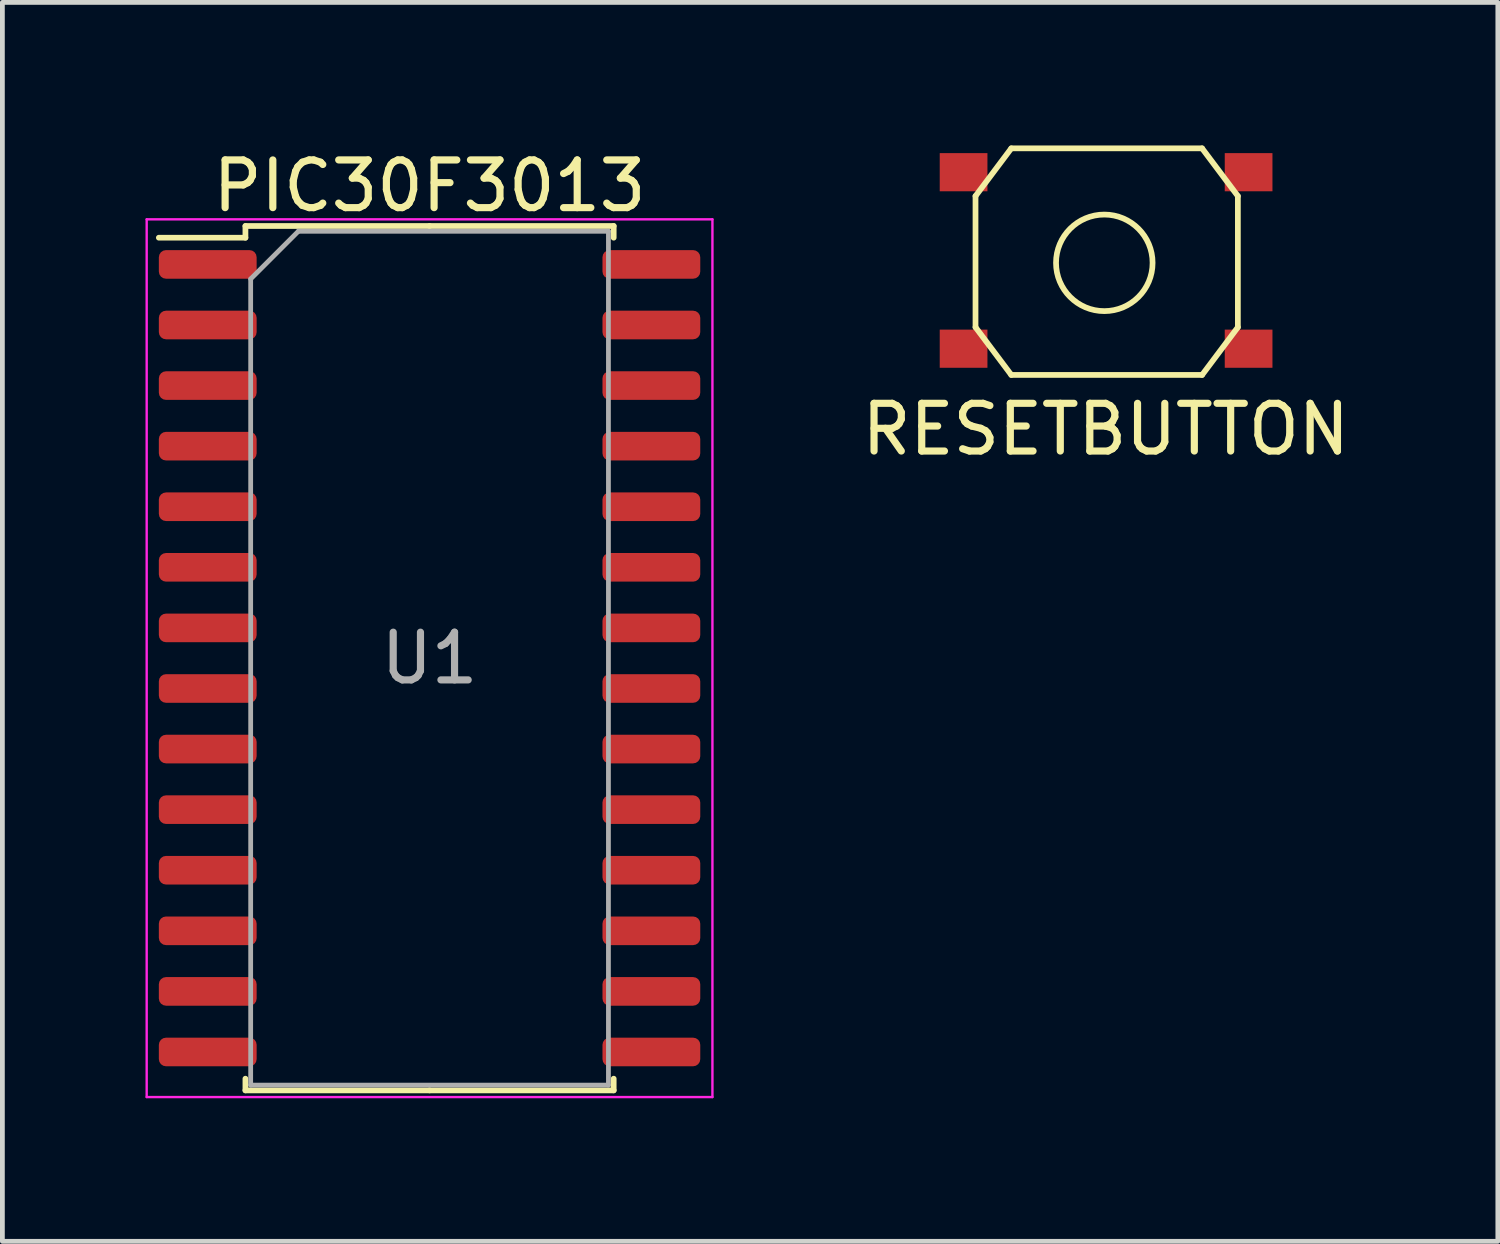
<source format=kicad_pcb>
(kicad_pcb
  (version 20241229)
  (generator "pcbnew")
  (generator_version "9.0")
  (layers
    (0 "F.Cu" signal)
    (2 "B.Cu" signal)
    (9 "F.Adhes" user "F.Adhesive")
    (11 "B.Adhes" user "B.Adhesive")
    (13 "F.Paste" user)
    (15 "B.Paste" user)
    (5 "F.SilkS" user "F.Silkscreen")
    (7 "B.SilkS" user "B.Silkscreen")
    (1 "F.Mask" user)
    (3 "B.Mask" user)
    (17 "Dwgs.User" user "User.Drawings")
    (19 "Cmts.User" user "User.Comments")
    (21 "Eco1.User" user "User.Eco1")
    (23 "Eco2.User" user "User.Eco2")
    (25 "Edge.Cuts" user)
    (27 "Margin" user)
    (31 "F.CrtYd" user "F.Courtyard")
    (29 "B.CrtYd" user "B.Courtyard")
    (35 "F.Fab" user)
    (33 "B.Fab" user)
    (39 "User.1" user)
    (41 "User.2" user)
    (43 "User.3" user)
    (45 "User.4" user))
  (footprint "PIC30F3013"
    (layer "F.Cu")
    (at 5.955 10.748)
    (property "Reference" "PIC30F3013" (at 0 -9.9 0) (layer "F.SilkS") (effects (font (size 1 1) (thickness 0.15))))
    (attr smd)
    (fp_line (start -3.86 -9.06) (end -3.86 -8.815) (stroke (width 0.12) (type solid)) (layer "F.SilkS"))
    (fp_line (start -3.86 -8.815) (end -5.675 -8.815) (stroke (width 0.12) (type solid)) (layer "F.SilkS"))
    (fp_line (start -3.86 9.06) (end -3.86 8.815) (stroke (width 0.12) (type solid)) (layer "F.SilkS"))
    (fp_line (start 0 -9.06) (end -3.86 -9.06) (stroke (width 0.12) (type solid)) (layer "F.SilkS"))
    (fp_line (start 0 -9.06) (end 3.86 -9.06) (stroke (width 0.12) (type solid)) (layer "F.SilkS"))
    (fp_line (start 0 9.06) (end -3.86 9.06) (stroke (width 0.12) (type solid)) (layer "F.SilkS"))
    (fp_line (start 0 9.06) (end 3.86 9.06) (stroke (width 0.12) (type solid)) (layer "F.SilkS"))
    (fp_line (start 3.86 -9.06) (end 3.86 -8.815) (stroke (width 0.12) (type solid)) (layer "F.SilkS"))
    (fp_line (start 3.86 9.06) (end 3.86 8.815) (stroke (width 0.12) (type solid)) (layer "F.SilkS"))
    (fp_line (start -5.93 -9.2) (end -5.93 9.2) (stroke (width 0.05) (type solid)) (layer "F.CrtYd"))
    (fp_line (start -5.93 9.2) (end 5.93 9.2) (stroke (width 0.05) (type solid)) (layer "F.CrtYd"))
    (fp_line (start 5.93 -9.2) (end -5.93 -9.2) (stroke (width 0.05) (type solid)) (layer "F.CrtYd"))
    (fp_line (start 5.93 9.2) (end 5.93 -9.2) (stroke (width 0.05) (type solid)) (layer "F.CrtYd"))
    (fp_line (start -3.75 -7.95) (end -2.75 -8.95) (stroke (width 0.1) (type solid)) (layer "F.Fab"))
    (fp_line (start -3.75 8.95) (end -3.75 -7.95) (stroke (width 0.1) (type solid)) (layer "F.Fab"))
    (fp_line (start -2.75 -8.95) (end 3.75 -8.95) (stroke (width 0.1) (type solid)) (layer "F.Fab"))
    (fp_line (start 3.75 -8.95) (end 3.75 8.95) (stroke (width 0.1) (type solid)) (layer "F.Fab"))
    (fp_line (start 3.75 8.95) (end -3.75 8.95) (stroke (width 0.1) (type solid)) (layer "F.Fab"))
    (fp_text user "U1" (at 0 0 0) (layer "F.Fab") (effects (font (size 1 1) (thickness 0.15))))
    (pad "1" smd roundrect (at -4.65 -8.255) (size 2.05 0.6) (layers "F.Cu" "F.Mask" "F.Paste") (roundrect_rratio 0.25))
    (pad "2" smd roundrect (at -4.65 -6.985) (size 2.05 0.6) (layers "F.Cu" "F.Mask" "F.Paste") (roundrect_rratio 0.25))
    (pad "3" smd roundrect (at -4.65 -5.715) (size 2.05 0.6) (layers "F.Cu" "F.Mask" "F.Paste") (roundrect_rratio 0.25))
    (pad "4" smd roundrect (at -4.65 -4.445) (size 2.05 0.6) (layers "F.Cu" "F.Mask" "F.Paste") (roundrect_rratio 0.25))
    (pad "5" smd roundrect (at -4.65 -3.175) (size 2.05 0.6) (layers "F.Cu" "F.Mask" "F.Paste") (roundrect_rratio 0.25))
    (pad "6" smd roundrect (at -4.65 -1.905) (size 2.05 0.6) (layers "F.Cu" "F.Mask" "F.Paste") (roundrect_rratio 0.25))
    (pad "7" smd roundrect (at -4.65 -0.635) (size 2.05 0.6) (layers "F.Cu" "F.Mask" "F.Paste") (roundrect_rratio 0.25))
    (pad "8" smd roundrect (at -4.65 0.635) (size 2.05 0.6) (layers "F.Cu" "F.Mask" "F.Paste") (roundrect_rratio 0.25))
    (pad "9" smd roundrect (at -4.65 1.905) (size 2.05 0.6) (layers "F.Cu" "F.Mask" "F.Paste") (roundrect_rratio 0.25))
    (pad "10" smd roundrect (at -4.65 3.175) (size 2.05 0.6) (layers "F.Cu" "F.Mask" "F.Paste") (roundrect_rratio 0.25))
    (pad "11" smd roundrect (at -4.65 4.445) (size 2.05 0.6) (layers "F.Cu" "F.Mask" "F.Paste") (roundrect_rratio 0.25))
    (pad "12" smd roundrect (at -4.65 5.715) (size 2.05 0.6) (layers "F.Cu" "F.Mask" "F.Paste") (roundrect_rratio 0.25))
    (pad "13" smd roundrect (at -4.65 6.985) (size 2.05 0.6) (layers "F.Cu" "F.Mask" "F.Paste") (roundrect_rratio 0.25))
    (pad "14" smd roundrect (at -4.65 8.255) (size 2.05 0.6) (layers "F.Cu" "F.Mask" "F.Paste") (roundrect_rratio 0.25))
    (pad "15" smd roundrect (at 4.65 8.255) (size 2.05 0.6) (layers "F.Cu" "F.Mask" "F.Paste") (roundrect_rratio 0.25))
    (pad "16" smd roundrect (at 4.65 6.985) (size 2.05 0.6) (layers "F.Cu" "F.Mask" "F.Paste") (roundrect_rratio 0.25))
    (pad "17" smd roundrect (at 4.65 5.715) (size 2.05 0.6) (layers "F.Cu" "F.Mask" "F.Paste") (roundrect_rratio 0.25))
    (pad "18" smd roundrect (at 4.65 4.445) (size 2.05 0.6) (layers "F.Cu" "F.Mask" "F.Paste") (roundrect_rratio 0.25))
    (pad "19" smd roundrect (at 4.65 3.175) (size 2.05 0.6) (layers "F.Cu" "F.Mask" "F.Paste") (roundrect_rratio 0.25))
    (pad "20" smd roundrect (at 4.65 1.905) (size 2.05 0.6) (layers "F.Cu" "F.Mask" "F.Paste") (roundrect_rratio 0.25))
    (pad "21" smd roundrect (at 4.65 0.635) (size 2.05 0.6) (layers "F.Cu" "F.Mask" "F.Paste") (roundrect_rratio 0.25))
    (pad "22" smd roundrect (at 4.65 -0.635) (size 2.05 0.6) (layers "F.Cu" "F.Mask" "F.Paste") (roundrect_rratio 0.25))
    (pad "23" smd roundrect (at 4.65 -1.905) (size 2.05 0.6) (layers "F.Cu" "F.Mask" "F.Paste") (roundrect_rratio 0.25))
    (pad "24" smd roundrect (at 4.65 -3.175) (size 2.05 0.6) (layers "F.Cu" "F.Mask" "F.Paste") (roundrect_rratio 0.25))
    (pad "25" smd roundrect (at 4.65 -4.445) (size 2.05 0.6) (layers "F.Cu" "F.Mask" "F.Paste") (roundrect_rratio 0.25))
    (pad "26" smd roundrect (at 4.65 -5.715) (size 2.05 0.6) (layers "F.Cu" "F.Mask" "F.Paste") (roundrect_rratio 0.25))
    (pad "27" smd roundrect (at 4.65 -6.985) (size 2.05 0.6) (layers "F.Cu" "F.Mask" "F.Paste") (roundrect_rratio 0.25))
    (pad "28" smd roundrect (at 4.65 -8.255) (size 2.05 0.6) (layers "F.Cu" "F.Mask" "F.Paste") (roundrect_rratio 0.25)))
  (footprint "RESETBUTTON"
    (layer "F.Cu")
    (at 16.9 0.31)
    (property "Reference" "RESETBUTTON" (at 3.23 5.64 180) (layer "F.SilkS") (effects (font (size 1 1) (thickness 0.15))))
    (attr through_hole)
    (fp_line (start 0.5 0.75) (end 1.25 -0.25) (stroke (width 0.12) (type solid)) (layer "F.SilkS"))
    (fp_line (start 0.5 3.5) (end 0.5 0.75) (stroke (width 0.12) (type solid)) (layer "F.SilkS"))
    (fp_line (start 1.25 -0.25) (end 5.25 -0.25) (stroke (width 0.12) (type solid)) (layer "F.SilkS"))
    (fp_line (start 1.25 4.5) (end 0.5 3.5) (stroke (width 0.12) (type solid)) (layer "F.SilkS"))
    (fp_line (start 5.25 -0.25) (end 6 0.75) (stroke (width 0.12) (type solid)) (layer "F.SilkS"))
    (fp_line (start 5.25 4.5) (end 1.25 4.5) (stroke (width 0.12) (type solid)) (layer "F.SilkS"))
    (fp_line (start 6 0.75) (end 6 3.5) (stroke (width 0.12) (type solid)) (layer "F.SilkS"))
    (fp_line (start 6 3.5) (end 5.25 4.5) (stroke (width 0.12) (type solid)) (layer "F.SilkS"))
    (fp_circle (center 3.2 2.15) (end 4.212 2.15) (stroke (width 0.12) (type solid)) (fill no) (layer "F.SilkS"))
    (pad "1" smd rect (at 0.25 0.25) (size 1 0.8) (layers "F.Cu" "F.Mask" "F.Paste"))
    (pad "1" smd rect (at 6.225 0.25) (size 1 0.8) (layers "F.Cu" "F.Mask" "F.Paste"))
    (pad "2" smd rect (at 0.25 3.95) (size 1 0.8) (layers "F.Cu" "F.Mask" "F.Paste"))
    (pad "2" smd rect (at 6.225 3.95) (size 1 0.8) (layers "F.Cu" "F.Mask" "F.Paste")))
  (gr_rect
    (start -3 -3)
    (end 28.35 22.973)
    (stroke (width 0.1) (type default))
    (fill no)
    (layer "Edge.Cuts")))
</source>
